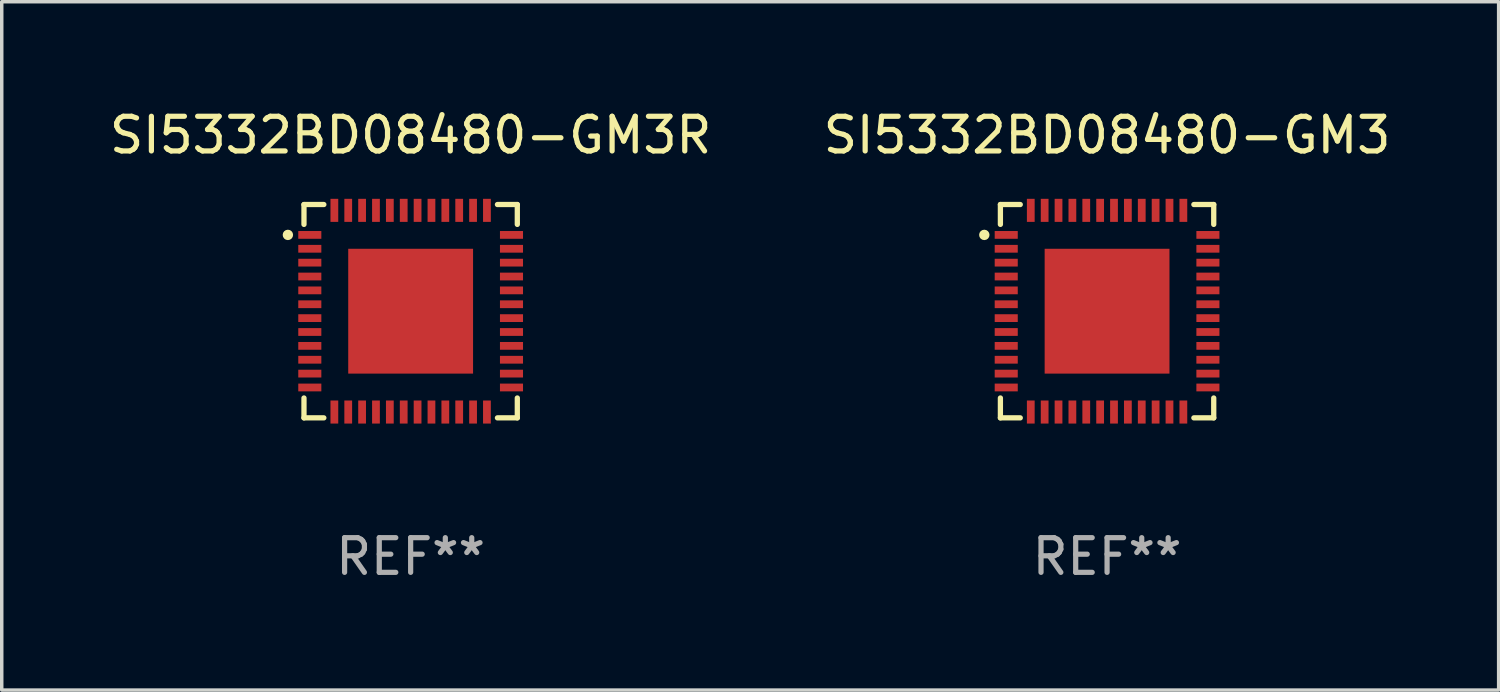
<source format=kicad_pcb>
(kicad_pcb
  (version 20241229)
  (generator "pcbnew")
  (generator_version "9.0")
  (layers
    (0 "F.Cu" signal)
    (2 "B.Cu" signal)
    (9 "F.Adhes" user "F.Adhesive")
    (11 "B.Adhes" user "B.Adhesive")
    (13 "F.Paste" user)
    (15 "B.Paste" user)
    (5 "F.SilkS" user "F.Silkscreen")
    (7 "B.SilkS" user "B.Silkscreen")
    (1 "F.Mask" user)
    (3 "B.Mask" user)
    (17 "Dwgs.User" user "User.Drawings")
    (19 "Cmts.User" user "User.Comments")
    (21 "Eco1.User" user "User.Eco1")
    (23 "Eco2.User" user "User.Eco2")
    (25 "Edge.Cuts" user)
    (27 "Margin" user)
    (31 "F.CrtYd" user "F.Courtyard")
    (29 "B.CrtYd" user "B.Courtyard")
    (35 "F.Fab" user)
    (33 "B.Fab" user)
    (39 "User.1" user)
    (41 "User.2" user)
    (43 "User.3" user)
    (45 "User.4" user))
  (footprint "SI5332BD08480-GM3R"
    (layer "F.Cu")
    (at 8.792 5.924)
    (property "Reference" "SI5332BD08480-GM3R" (at 0 -5.076 0) (layer "F.SilkS") (effects (font (size 1 1) (thickness 0.15))))
    (attr through_hole)
    (fp_line (start -3.076 -3.076) (end -3.076 -2.503) (stroke (width 0.152) (type solid)) (layer "F.SilkS"))
    (fp_line (start -3.076 3.076) (end -3.076 2.503) (stroke (width 0.152) (type solid)) (layer "F.SilkS"))
    (fp_line (start -2.503 -3.076) (end -3.076 -3.076) (stroke (width 0.152) (type solid)) (layer "F.SilkS"))
    (fp_line (start -2.503 3.076) (end -3.076 3.076) (stroke (width 0.152) (type solid)) (layer "F.SilkS"))
    (fp_line (start 2.503 -3.076) (end 3.076 -3.076) (stroke (width 0.152) (type solid)) (layer "F.SilkS"))
    (fp_line (start 2.503 3.076) (end 3.076 3.076) (stroke (width 0.152) (type solid)) (layer "F.SilkS"))
    (fp_line (start 3.076 -3.076) (end 3.076 -2.503) (stroke (width 0.152) (type solid)) (layer "F.SilkS"))
    (fp_line (start 3.076 3.076) (end 3.076 2.503) (stroke (width 0.152) (type solid)) (layer "F.SilkS"))
    (fp_circle (center -3.54 -2.2) (end -3.465 -2.2) (stroke (width 0.15) (type solid)) (fill no) (layer "F.SilkS"))
    (fp_text user "REF**" (at 0 7.076 0) (layer "F.Fab") (effects (font (size 1 1) (thickness 0.15))))
    (pad "1" smd rect (at -2.908 -2.2) (size 0.665 0.224) (layers "F.Cu" "F.Mask" "F.Paste"))
    (pad "2" smd rect (at -2.908 -1.8) (size 0.665 0.224) (layers "F.Cu" "F.Mask" "F.Paste"))
    (pad "3" smd rect (at -2.908 -1.4) (size 0.665 0.224) (layers "F.Cu" "F.Mask" "F.Paste"))
    (pad "4" smd rect (at -2.908 -1) (size 0.665 0.224) (layers "F.Cu" "F.Mask" "F.Paste"))
    (pad "5" smd rect (at -2.908 -0.6) (size 0.665 0.224) (layers "F.Cu" "F.Mask" "F.Paste"))
    (pad "6" smd rect (at -2.908 -0.2) (size 0.665 0.224) (layers "F.Cu" "F.Mask" "F.Paste"))
    (pad "7" smd rect (at -2.908 0.2) (size 0.665 0.224) (layers "F.Cu" "F.Mask" "F.Paste"))
    (pad "8" smd rect (at -2.908 0.6) (size 0.665 0.224) (layers "F.Cu" "F.Mask" "F.Paste"))
    (pad "9" smd rect (at -2.908 1) (size 0.665 0.224) (layers "F.Cu" "F.Mask" "F.Paste"))
    (pad "10" smd rect (at -2.908 1.4) (size 0.665 0.224) (layers "F.Cu" "F.Mask" "F.Paste"))
    (pad "11" smd rect (at -2.908 1.8) (size 0.665 0.224) (layers "F.Cu" "F.Mask" "F.Paste"))
    (pad "12" smd rect (at -2.908 2.2) (size 0.665 0.224) (layers "F.Cu" "F.Mask" "F.Paste"))
    (pad "13" smd rect (at -2.2 2.908) (size 0.224 0.665) (layers "F.Cu" "F.Mask" "F.Paste"))
    (pad "14" smd rect (at -1.8 2.908) (size 0.224 0.665) (layers "F.Cu" "F.Mask" "F.Paste"))
    (pad "15" smd rect (at -1.4 2.908) (size 0.224 0.665) (layers "F.Cu" "F.Mask" "F.Paste"))
    (pad "16" smd rect (at -1 2.908) (size 0.224 0.665) (layers "F.Cu" "F.Mask" "F.Paste"))
    (pad "17" smd rect (at -0.6 2.908) (size 0.224 0.665) (layers "F.Cu" "F.Mask" "F.Paste"))
    (pad "18" smd rect (at -0.2 2.908) (size 0.224 0.665) (layers "F.Cu" "F.Mask" "F.Paste"))
    (pad "19" smd rect (at 0.2 2.908) (size 0.224 0.665) (layers "F.Cu" "F.Mask" "F.Paste"))
    (pad "20" smd rect (at 0.6 2.908) (size 0.224 0.665) (layers "F.Cu" "F.Mask" "F.Paste"))
    (pad "21" smd rect (at 1 2.908) (size 0.224 0.665) (layers "F.Cu" "F.Mask" "F.Paste"))
    (pad "22" smd rect (at 1.4 2.908) (size 0.224 0.665) (layers "F.Cu" "F.Mask" "F.Paste"))
    (pad "23" smd rect (at 1.8 2.908) (size 0.224 0.665) (layers "F.Cu" "F.Mask" "F.Paste"))
    (pad "24" smd rect (at 2.2 2.908) (size 0.224 0.665) (layers "F.Cu" "F.Mask" "F.Paste"))
    (pad "25" smd rect (at 2.908 2.2) (size 0.665 0.224) (layers "F.Cu" "F.Mask" "F.Paste"))
    (pad "26" smd rect (at 2.908 1.8) (size 0.665 0.224) (layers "F.Cu" "F.Mask" "F.Paste"))
    (pad "27" smd rect (at 2.908 1.4) (size 0.665 0.224) (layers "F.Cu" "F.Mask" "F.Paste"))
    (pad "28" smd rect (at 2.908 1) (size 0.665 0.224) (layers "F.Cu" "F.Mask" "F.Paste"))
    (pad "29" smd rect (at 2.908 0.6) (size 0.665 0.224) (layers "F.Cu" "F.Mask" "F.Paste"))
    (pad "30" smd rect (at 2.908 0.2) (size 0.665 0.224) (layers "F.Cu" "F.Mask" "F.Paste"))
    (pad "31" smd rect (at 2.908 -0.2) (size 0.665 0.224) (layers "F.Cu" "F.Mask" "F.Paste"))
    (pad "32" smd rect (at 2.908 -0.6) (size 0.665 0.224) (layers "F.Cu" "F.Mask" "F.Paste"))
    (pad "33" smd rect (at 2.908 -1) (size 0.665 0.224) (layers "F.Cu" "F.Mask" "F.Paste"))
    (pad "34" smd rect (at 2.908 -1.4) (size 0.665 0.224) (layers "F.Cu" "F.Mask" "F.Paste"))
    (pad "35" smd rect (at 2.908 -1.8) (size 0.665 0.224) (layers "F.Cu" "F.Mask" "F.Paste"))
    (pad "36" smd rect (at 2.908 -2.2) (size 0.665 0.224) (layers "F.Cu" "F.Mask" "F.Paste"))
    (pad "37" smd rect (at 2.2 -2.908) (size 0.224 0.665) (layers "F.Cu" "F.Mask" "F.Paste"))
    (pad "38" smd rect (at 1.8 -2.908) (size 0.224 0.665) (layers "F.Cu" "F.Mask" "F.Paste"))
    (pad "39" smd rect (at 1.4 -2.908) (size 0.224 0.665) (layers "F.Cu" "F.Mask" "F.Paste"))
    (pad "40" smd rect (at 1 -2.908) (size 0.224 0.665) (layers "F.Cu" "F.Mask" "F.Paste"))
    (pad "41" smd rect (at 0.6 -2.908) (size 0.224 0.665) (layers "F.Cu" "F.Mask" "F.Paste"))
    (pad "42" smd rect (at 0.2 -2.908) (size 0.224 0.665) (layers "F.Cu" "F.Mask" "F.Paste"))
    (pad "43" smd rect (at -0.2 -2.908) (size 0.224 0.665) (layers "F.Cu" "F.Mask" "F.Paste"))
    (pad "44" smd rect (at -0.6 -2.908) (size 0.224 0.665) (layers "F.Cu" "F.Mask" "F.Paste"))
    (pad "45" smd rect (at -1 -2.908) (size 0.224 0.665) (layers "F.Cu" "F.Mask" "F.Paste"))
    (pad "46" smd rect (at -1.4 -2.908) (size 0.224 0.665) (layers "F.Cu" "F.Mask" "F.Paste"))
    (pad "47" smd rect (at -1.8 -2.908) (size 0.224 0.665) (layers "F.Cu" "F.Mask" "F.Paste"))
    (pad "48" smd rect (at -2.2 -2.908) (size 0.224 0.665) (layers "F.Cu" "F.Mask" "F.Paste"))
    (pad "49" smd rect (at 0 0) (size 3.6 3.6) (layers "F.Cu" "F.Mask" "F.Paste")))
  (footprint "SI5332BD08480-GM3"
    (layer "F.Cu")
    (at 28.875 5.924)
    (property "Reference" "SI5332BD08480-GM3" (at 0 -5.076 0) (layer "F.SilkS") (effects (font (size 1 1) (thickness 0.15))))
    (attr through_hole)
    (fp_line (start -3.076 -3.076) (end -3.076 -2.503) (stroke (width 0.152) (type solid)) (layer "F.SilkS"))
    (fp_line (start -3.076 3.076) (end -3.076 2.503) (stroke (width 0.152) (type solid)) (layer "F.SilkS"))
    (fp_line (start -2.503 -3.076) (end -3.076 -3.076) (stroke (width 0.152) (type solid)) (layer "F.SilkS"))
    (fp_line (start -2.503 3.076) (end -3.076 3.076) (stroke (width 0.152) (type solid)) (layer "F.SilkS"))
    (fp_line (start 2.503 -3.076) (end 3.076 -3.076) (stroke (width 0.152) (type solid)) (layer "F.SilkS"))
    (fp_line (start 2.503 3.076) (end 3.076 3.076) (stroke (width 0.152) (type solid)) (layer "F.SilkS"))
    (fp_line (start 3.076 -3.076) (end 3.076 -2.503) (stroke (width 0.152) (type solid)) (layer "F.SilkS"))
    (fp_line (start 3.076 3.076) (end 3.076 2.503) (stroke (width 0.152) (type solid)) (layer "F.SilkS"))
    (fp_circle (center -3.54 -2.2) (end -3.465 -2.2) (stroke (width 0.15) (type solid)) (fill no) (layer "F.SilkS"))
    (fp_text user "REF**" (at 0 7.076 0) (layer "F.Fab") (effects (font (size 1 1) (thickness 0.15))))
    (pad "1" smd rect (at -2.908 -2.2) (size 0.665 0.224) (layers "F.Cu" "F.Mask" "F.Paste"))
    (pad "2" smd rect (at -2.908 -1.8) (size 0.665 0.224) (layers "F.Cu" "F.Mask" "F.Paste"))
    (pad "3" smd rect (at -2.908 -1.4) (size 0.665 0.224) (layers "F.Cu" "F.Mask" "F.Paste"))
    (pad "4" smd rect (at -2.908 -1) (size 0.665 0.224) (layers "F.Cu" "F.Mask" "F.Paste"))
    (pad "5" smd rect (at -2.908 -0.6) (size 0.665 0.224) (layers "F.Cu" "F.Mask" "F.Paste"))
    (pad "6" smd rect (at -2.908 -0.2) (size 0.665 0.224) (layers "F.Cu" "F.Mask" "F.Paste"))
    (pad "7" smd rect (at -2.908 0.2) (size 0.665 0.224) (layers "F.Cu" "F.Mask" "F.Paste"))
    (pad "8" smd rect (at -2.908 0.6) (size 0.665 0.224) (layers "F.Cu" "F.Mask" "F.Paste"))
    (pad "9" smd rect (at -2.908 1) (size 0.665 0.224) (layers "F.Cu" "F.Mask" "F.Paste"))
    (pad "10" smd rect (at -2.908 1.4) (size 0.665 0.224) (layers "F.Cu" "F.Mask" "F.Paste"))
    (pad "11" smd rect (at -2.908 1.8) (size 0.665 0.224) (layers "F.Cu" "F.Mask" "F.Paste"))
    (pad "12" smd rect (at -2.908 2.2) (size 0.665 0.224) (layers "F.Cu" "F.Mask" "F.Paste"))
    (pad "13" smd rect (at -2.2 2.908) (size 0.224 0.665) (layers "F.Cu" "F.Mask" "F.Paste"))
    (pad "14" smd rect (at -1.8 2.908) (size 0.224 0.665) (layers "F.Cu" "F.Mask" "F.Paste"))
    (pad "15" smd rect (at -1.4 2.908) (size 0.224 0.665) (layers "F.Cu" "F.Mask" "F.Paste"))
    (pad "16" smd rect (at -1 2.908) (size 0.224 0.665) (layers "F.Cu" "F.Mask" "F.Paste"))
    (pad "17" smd rect (at -0.6 2.908) (size 0.224 0.665) (layers "F.Cu" "F.Mask" "F.Paste"))
    (pad "18" smd rect (at -0.2 2.908) (size 0.224 0.665) (layers "F.Cu" "F.Mask" "F.Paste"))
    (pad "19" smd rect (at 0.2 2.908) (size 0.224 0.665) (layers "F.Cu" "F.Mask" "F.Paste"))
    (pad "20" smd rect (at 0.6 2.908) (size 0.224 0.665) (layers "F.Cu" "F.Mask" "F.Paste"))
    (pad "21" smd rect (at 1 2.908) (size 0.224 0.665) (layers "F.Cu" "F.Mask" "F.Paste"))
    (pad "22" smd rect (at 1.4 2.908) (size 0.224 0.665) (layers "F.Cu" "F.Mask" "F.Paste"))
    (pad "23" smd rect (at 1.8 2.908) (size 0.224 0.665) (layers "F.Cu" "F.Mask" "F.Paste"))
    (pad "24" smd rect (at 2.2 2.908) (size 0.224 0.665) (layers "F.Cu" "F.Mask" "F.Paste"))
    (pad "25" smd rect (at 2.908 2.2) (size 0.665 0.224) (layers "F.Cu" "F.Mask" "F.Paste"))
    (pad "26" smd rect (at 2.908 1.8) (size 0.665 0.224) (layers "F.Cu" "F.Mask" "F.Paste"))
    (pad "27" smd rect (at 2.908 1.4) (size 0.665 0.224) (layers "F.Cu" "F.Mask" "F.Paste"))
    (pad "28" smd rect (at 2.908 1) (size 0.665 0.224) (layers "F.Cu" "F.Mask" "F.Paste"))
    (pad "29" smd rect (at 2.908 0.6) (size 0.665 0.224) (layers "F.Cu" "F.Mask" "F.Paste"))
    (pad "30" smd rect (at 2.908 0.2) (size 0.665 0.224) (layers "F.Cu" "F.Mask" "F.Paste"))
    (pad "31" smd rect (at 2.908 -0.2) (size 0.665 0.224) (layers "F.Cu" "F.Mask" "F.Paste"))
    (pad "32" smd rect (at 2.908 -0.6) (size 0.665 0.224) (layers "F.Cu" "F.Mask" "F.Paste"))
    (pad "33" smd rect (at 2.908 -1) (size 0.665 0.224) (layers "F.Cu" "F.Mask" "F.Paste"))
    (pad "34" smd rect (at 2.908 -1.4) (size 0.665 0.224) (layers "F.Cu" "F.Mask" "F.Paste"))
    (pad "35" smd rect (at 2.908 -1.8) (size 0.665 0.224) (layers "F.Cu" "F.Mask" "F.Paste"))
    (pad "36" smd rect (at 2.908 -2.2) (size 0.665 0.224) (layers "F.Cu" "F.Mask" "F.Paste"))
    (pad "37" smd rect (at 2.2 -2.908) (size 0.224 0.665) (layers "F.Cu" "F.Mask" "F.Paste"))
    (pad "38" smd rect (at 1.8 -2.908) (size 0.224 0.665) (layers "F.Cu" "F.Mask" "F.Paste"))
    (pad "39" smd rect (at 1.4 -2.908) (size 0.224 0.665) (layers "F.Cu" "F.Mask" "F.Paste"))
    (pad "40" smd rect (at 1 -2.908) (size 0.224 0.665) (layers "F.Cu" "F.Mask" "F.Paste"))
    (pad "41" smd rect (at 0.6 -2.908) (size 0.224 0.665) (layers "F.Cu" "F.Mask" "F.Paste"))
    (pad "42" smd rect (at 0.2 -2.908) (size 0.224 0.665) (layers "F.Cu" "F.Mask" "F.Paste"))
    (pad "43" smd rect (at -0.2 -2.908) (size 0.224 0.665) (layers "F.Cu" "F.Mask" "F.Paste"))
    (pad "44" smd rect (at -0.6 -2.908) (size 0.224 0.665) (layers "F.Cu" "F.Mask" "F.Paste"))
    (pad "45" smd rect (at -1 -2.908) (size 0.224 0.665) (layers "F.Cu" "F.Mask" "F.Paste"))
    (pad "46" smd rect (at -1.4 -2.908) (size 0.224 0.665) (layers "F.Cu" "F.Mask" "F.Paste"))
    (pad "47" smd rect (at -1.8 -2.908) (size 0.224 0.665) (layers "F.Cu" "F.Mask" "F.Paste"))
    (pad "48" smd rect (at -2.2 -2.908) (size 0.224 0.665) (layers "F.Cu" "F.Mask" "F.Paste"))
    (pad "49" smd rect (at 0 0) (size 3.6 3.6) (layers "F.Cu" "F.Mask" "F.Paste")))
  (gr_rect
    (start -3 -3)
    (end 40.167 16.849)
    (stroke (width 0.1) (type default))
    (fill no)
    (layer "Edge.Cuts")))
</source>
